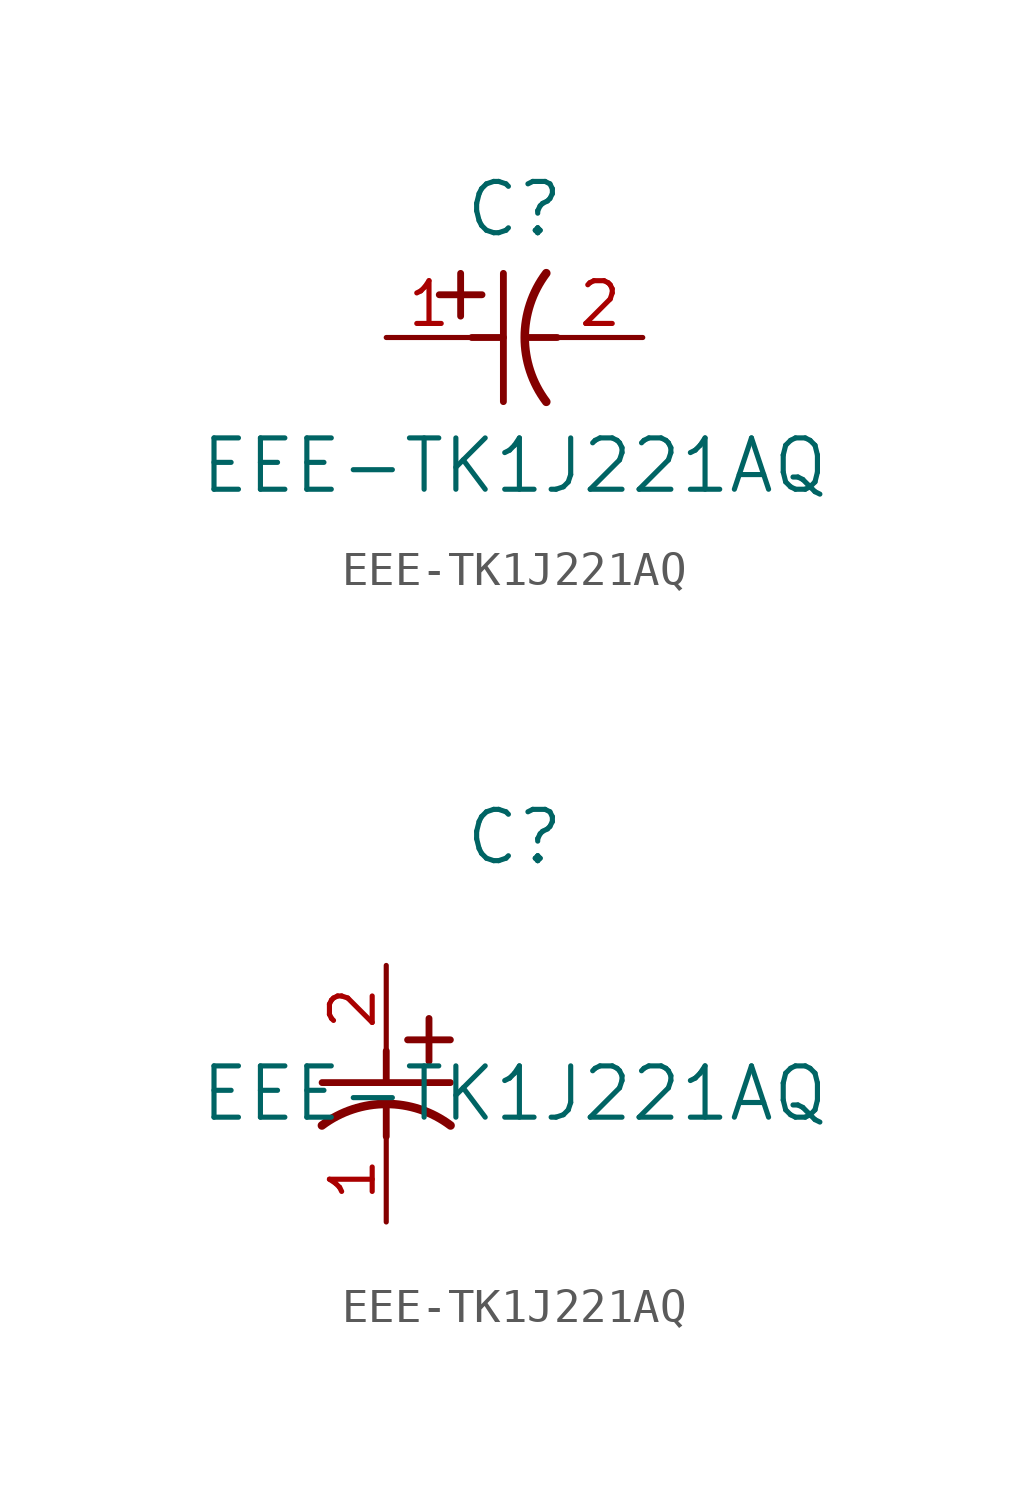
<source format=kicad_sym>
(kicad_symbol_lib
  (version 20211014)
  (generator kicad_symbol_editor)
  (symbol "EEE-TK1J221AQ"
    (pin_names
      (offset 0.254))
    (property "Reference" "C"
      (at 3.81 3.81 0)
      (effects (font (size 1.524 1.524))))
    (property "Value" "EEE-TK1J221AQ"
      (at 3.81 -3.81 0)
      (effects (font (size 1.524 1.524))))
    (symbol "EEE-TK1J221AQ_1_1"
      (polyline (pts (xy 2.21 0.635) (xy 2.21 1.905)) (stroke (width 0.203) (type default) (color 0 0 0 0)) (fill (type none)))
      (arc (start 4.754132 1.910763) (mid 4.1148 0) (end 4.754132 -1.910763) (stroke (width 0.254) (type default) (color 0 0 0 0)) (fill (type none)))
      (polyline (pts (xy 4.115 0) (xy 5.08 0)) (stroke (width 0.203) (type default) (color 0 0 0 0)) (fill (type none)))
      (polyline (pts (xy 3.48 -1.905) (xy 3.48 1.905)) (stroke (width 0.203) (type default) (color 0 0 0 0)) (fill (type none)))
      (polyline (pts (xy 1.575 1.27) (xy 2.845 1.27)) (stroke (width 0.203) (type default) (color 0 0 0 0)) (fill (type none)))
      (polyline (pts (xy 2.54 0) (xy 3.48 0)) (stroke (width 0.203) (type default) (color 0 0 0 0)) (fill (type none)))
      (pin unspecified line (at 0 0 0) (length 2.54) (name "" (effects (font (size 1.27 1.27)))) (number "1" (effects (font (size 1.27 1.27)))))
      (pin unspecified line (at 7.62 0 180) (length 2.54) (name "" (effects (font (size 1.27 1.27)))) (number "2" (effects (font (size 1.27 1.27))))))
    (symbol "EEE-TK1J221AQ_1_2"
      (polyline (pts (xy 0 -2.54) (xy 0 -3.48)) (stroke (width 0.203) (type default) (color 0 0 0 0)) (fill (type none)))
      (arc (start 1.910763 -4.754132) (mid 0 -4.1148) (end -1.910763 -4.754132) (stroke (width 0.254) (type default) (color 0 0 0 0)) (fill (type none)))
      (polyline (pts (xy -1.905 -3.48) (xy 1.905 -3.48)) (stroke (width 0.203) (type default) (color 0 0 0 0)) (fill (type none)))
      (polyline (pts (xy 0.635 -2.21) (xy 1.905 -2.21)) (stroke (width 0.203) (type default) (color 0 0 0 0)) (fill (type none)))
      (polyline (pts (xy 1.27 -1.575) (xy 1.27 -2.845)) (stroke (width 0.203) (type default) (color 0 0 0 0)) (fill (type none)))
      (polyline (pts (xy 0 -4.115) (xy 0 -5.08)) (stroke (width 0.203) (type default) (color 0 0 0 0)) (fill (type none)))
      (pin unspecified line (at 0 -7.62 90) (length 2.54) (name "" (effects (font (size 1.27 1.27)))) (number "1" (effects (font (size 1.27 1.27)))))
      (pin unspecified line (at 0 0 270) (length 2.54) (name "" (effects (font (size 1.27 1.27)))) (number "2" (effects (font (size 1.27 1.27))))))))
</source>
